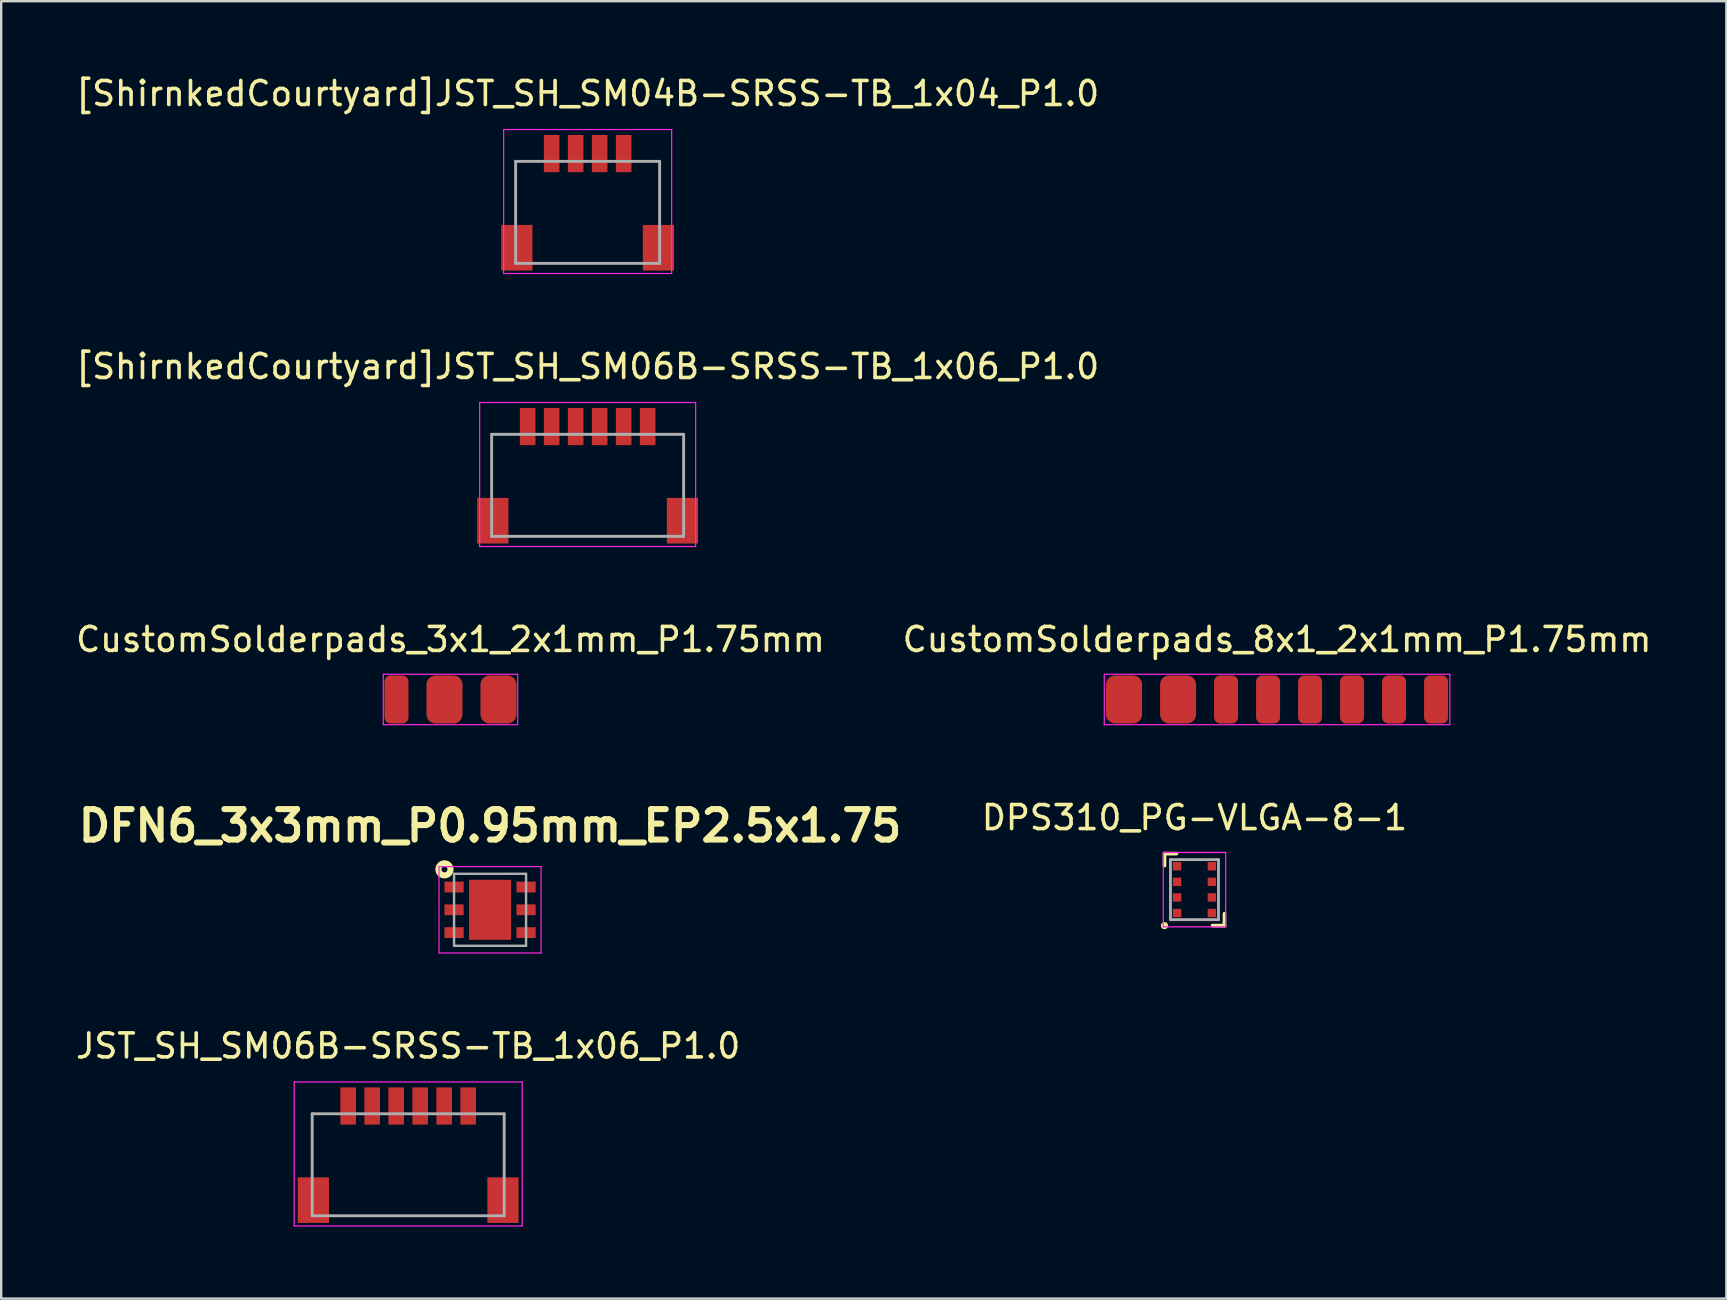
<source format=kicad_pcb>
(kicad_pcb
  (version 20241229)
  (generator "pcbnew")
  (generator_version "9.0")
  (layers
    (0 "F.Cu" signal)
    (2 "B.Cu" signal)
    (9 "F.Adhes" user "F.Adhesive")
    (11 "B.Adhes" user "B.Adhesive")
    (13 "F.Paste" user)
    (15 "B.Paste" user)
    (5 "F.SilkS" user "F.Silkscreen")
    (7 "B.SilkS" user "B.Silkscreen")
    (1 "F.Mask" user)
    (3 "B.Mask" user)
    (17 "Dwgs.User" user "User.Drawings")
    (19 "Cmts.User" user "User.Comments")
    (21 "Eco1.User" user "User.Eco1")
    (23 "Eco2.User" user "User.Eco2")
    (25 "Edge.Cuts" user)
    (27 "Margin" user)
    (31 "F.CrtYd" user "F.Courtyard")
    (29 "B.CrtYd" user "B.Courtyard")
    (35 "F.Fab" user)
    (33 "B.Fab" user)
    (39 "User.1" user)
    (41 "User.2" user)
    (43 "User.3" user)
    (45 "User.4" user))
  (footprint "DPS310_PG-VLGA-8-1"
    (layer "F.Cu")
    (at 46.72 34.018)
    (property "Reference" "DPS310_PG-VLGA-8-1" (at 0 -3 0) (layer "F.SilkS") (effects (font (size 1 1) (thickness 0.15))))
    (attr smd)
    (fp_line (start -1.25 -1.5) (end -1.25 -1) (stroke (width 0.15) (type solid)) (layer "F.SilkS"))
    (fp_line (start -1.25 -1.5) (end -0.75 -1.5) (stroke (width 0.15) (type solid)) (layer "F.SilkS"))
    (fp_line (start 1.25 1.5) (end 0.75 1.5) (stroke (width 0.15) (type solid)) (layer "F.SilkS"))
    (fp_line (start 1.25 1.5) (end 1.25 1) (stroke (width 0.15) (type solid)) (layer "F.SilkS"))
    (fp_circle (center -1.25 1.5) (end -1.25 1.5) (stroke (width 0.15) (type solid)) (fill no) (layer "F.SilkS"))
    (fp_line (start -1.3 -1.55) (end -1.3 1.55) (stroke (width 0.05) (type solid)) (layer "F.CrtYd"))
    (fp_line (start -1.3 1.55) (end 1.3 1.55) (stroke (width 0.05) (type solid)) (layer "F.CrtYd"))
    (fp_line (start 1.3 -1.55) (end -1.3 -1.55) (stroke (width 0.05) (type solid)) (layer "F.CrtYd"))
    (fp_line (start 1.3 1.55) (end 1.3 -1.55) (stroke (width 0.05) (type solid)) (layer "F.CrtYd"))
    (fp_line (start -1 -1.25) (end 1 -1.25) (stroke (width 0.12) (type solid)) (layer "F.Fab"))
    (fp_line (start -1 1.25) (end -1 -1.25) (stroke (width 0.12) (type solid)) (layer "F.Fab"))
    (fp_line (start 1 -1.25) (end 1 1.25) (stroke (width 0.12) (type solid)) (layer "F.Fab"))
    (fp_line (start 1 1.25) (end -1 1.25) (stroke (width 0.12) (type solid)) (layer "F.Fab"))
    (pad "1" smd rect (at -0.725 0.975 90) (size 0.35 0.35) (layers "F.Cu" "F.Mask" "F.Paste"))
    (pad "2" smd rect (at -0.725 0.325 90) (size 0.35 0.35) (layers "F.Cu" "F.Mask" "F.Paste"))
    (pad "3" smd rect (at -0.725 -0.325 90) (size 0.35 0.35) (layers "F.Cu" "F.Mask" "F.Paste"))
    (pad "4" smd rect (at -0.725 -0.975 90) (size 0.35 0.35) (layers "F.Cu" "F.Mask" "F.Paste"))
    (pad "5" smd rect (at 0.725 -0.975 90) (size 0.35 0.35) (layers "F.Cu" "F.Mask" "F.Paste"))
    (pad "6" smd rect (at 0.725 -0.325 90) (size 0.35 0.35) (layers "F.Cu" "F.Mask" "F.Paste"))
    (pad "7" smd rect (at 0.725 0.325 90) (size 0.35 0.35) (layers "F.Cu" "F.Mask" "F.Paste"))
    (pad "8" smd rect (at 0.725 0.975 90) (size 0.35 0.35) (layers "F.Cu" "F.Mask" "F.Paste")))
  (footprint "[ShirnkedCourtyard]JST_SH_SM04B-SRSS-TB_1x04_P1.0"
    (layer "F.Cu")
    (at 21.435 3.348)
    (property "Reference" "[ShirnkedCourtyard]JST_SH_SM04B-SRSS-TB_1x04_P1.0" (at 0 -2.5 0) (layer "F.SilkS") (effects (font (size 1 1) (thickness 0.15))))
    (attr through_hole)
    (fp_line (start -3.5 -1) (end -3.5 5) (stroke (width 0.05) (type solid)) (layer "F.CrtYd"))
    (fp_line (start -3.5 5) (end 3.5 5) (stroke (width 0.05) (type solid)) (layer "F.CrtYd"))
    (fp_line (start 3.5 -1) (end -3.5 -1) (stroke (width 0.05) (type solid)) (layer "F.CrtYd"))
    (fp_line (start 3.5 5) (end 3.5 -1) (stroke (width 0.05) (type solid)) (layer "F.CrtYd"))
    (fp_line (start -3 0.325) (end 3 0.325) (stroke (width 0.12) (type solid)) (layer "F.Fab"))
    (fp_line (start -3 4.575) (end -3 0.325) (stroke (width 0.12) (type solid)) (layer "F.Fab"))
    (fp_line (start 3 4.575) (end -3 4.575) (stroke (width 0.12) (type solid)) (layer "F.Fab"))
    (fp_line (start 3 4.575) (end 3 0.325) (stroke (width 0.12) (type solid)) (layer "F.Fab"))
    (pad "" smd rect (at -2.95 3.925) (size 1.3 1.9) (layers "F.Cu" "F.Mask" "F.Paste"))
    (pad "" smd rect (at 2.95 3.925) (size 1.3 1.9) (layers "F.Cu" "F.Mask" "F.Paste"))
    (pad "1" smd rect (at -1.5 0) (size 0.65 1.55) (layers "F.Cu" "F.Mask" "F.Paste"))
    (pad "2" smd rect (at -0.5 0) (size 0.65 1.55) (layers "F.Cu" "F.Mask" "F.Paste"))
    (pad "3" smd rect (at 0.5 0) (size 0.65 1.55) (layers "F.Cu" "F.Mask" "F.Paste"))
    (pad "4" smd rect (at 1.5 0) (size 0.65 1.55) (layers "F.Cu" "F.Mask" "F.Paste")))
  (footprint "[ShirnkedCourtyard]JST_SH_SM06B-SRSS-TB_1x06_P1.0"
    (layer "F.Cu")
    (at 21.435 14.722)
    (property "Reference" "[ShirnkedCourtyard]JST_SH_SM06B-SRSS-TB_1x06_P1.0" (at 0 -2.5 0) (layer "F.SilkS") (effects (font (size 1 1) (thickness 0.15))))
    (attr through_hole)
    (fp_line (start -4.5 -1) (end -4.5 5) (stroke (width 0.05) (type solid)) (layer "F.CrtYd"))
    (fp_line (start -4.5 5) (end 4.5 5) (stroke (width 0.05) (type solid)) (layer "F.CrtYd"))
    (fp_line (start 4.5 -1) (end -4.5 -1) (stroke (width 0.05) (type solid)) (layer "F.CrtYd"))
    (fp_line (start 4.5 5) (end 4.5 -1) (stroke (width 0.05) (type solid)) (layer "F.CrtYd"))
    (fp_line (start -4 0.325) (end 4 0.325) (stroke (width 0.12) (type solid)) (layer "F.Fab"))
    (fp_line (start -4 4.575) (end -4 0.325) (stroke (width 0.12) (type solid)) (layer "F.Fab"))
    (fp_line (start 4 4.575) (end -4 4.575) (stroke (width 0.12) (type solid)) (layer "F.Fab"))
    (fp_line (start 4 4.575) (end 4 0.325) (stroke (width 0.12) (type solid)) (layer "F.Fab"))
    (pad "" smd rect (at -3.95 3.925) (size 1.3 1.9) (layers "F.Cu" "F.Mask" "F.Paste"))
    (pad "" smd rect (at 3.95 3.925) (size 1.3 1.9) (layers "F.Cu" "F.Mask" "F.Paste"))
    (pad "1" smd rect (at -2.5 0) (size 0.65 1.55) (layers "F.Cu" "F.Mask" "F.Paste"))
    (pad "2" smd rect (at -1.5 0) (size 0.65 1.55) (layers "F.Cu" "F.Mask" "F.Paste"))
    (pad "3" smd rect (at -0.5 0) (size 0.65 1.55) (layers "F.Cu" "F.Mask" "F.Paste"))
    (pad "4" smd rect (at 0.5 0) (size 0.65 1.55) (layers "F.Cu" "F.Mask" "F.Paste"))
    (pad "5" smd rect (at 1.5 0) (size 0.65 1.55) (layers "F.Cu" "F.Mask" "F.Paste"))
    (pad "6" smd rect (at 2.5 0) (size 0.65 1.55) (layers "F.Cu" "F.Mask" "F.Paste")))
  (footprint "CustomSolderpads_8x1_2x1mm_P1.75mm"
    (layer "F.Cu")
    (at 50.161 26.095)
    (property "Reference" "CustomSolderpads_8x1_2x1mm_P1.75mm" (at 0 -2.5 0) (layer "F.SilkS") (effects (font (size 1 1) (thickness 0.15))))
    (attr smd)
    (fp_line (start -7.2 -1.05) (end -7.2 1.05) (stroke (width 0.05) (type solid)) (layer "F.CrtYd"))
    (fp_line (start -7.2 -1.05) (end 7.2 -1.05) (stroke (width 0.05) (type solid)) (layer "F.CrtYd"))
    (fp_line (start -7.2 1.05) (end 7.2 1.05) (stroke (width 0.05) (type solid)) (layer "F.CrtYd"))
    (fp_line (start 7.2 -1.05) (end 7.2 1.05) (stroke (width 0.05) (type solid)) (layer "F.CrtYd"))
    (pad "1" connect roundrect (at -6.375 0) (size 1.5 2) (layers "F.Cu" "F.Mask") (roundrect_rratio 0.25))
    (pad "2" connect roundrect (at -4.125 0) (size 1.5 2) (layers "F.Cu" "F.Mask") (roundrect_rratio 0.25))
    (pad "3" connect roundrect (at -2.125 0) (size 1 2) (layers "F.Cu" "F.Mask") (roundrect_rratio 0.25))
    (pad "4" connect roundrect (at -0.375 0) (size 1 2) (layers "F.Cu" "F.Mask") (roundrect_rratio 0.25))
    (pad "5" connect roundrect (at 1.375 0) (size 1 2) (layers "F.Cu" "F.Mask") (roundrect_rratio 0.25))
    (pad "6" connect roundrect (at 3.125 0) (size 1 2) (layers "F.Cu" "F.Mask") (roundrect_rratio 0.25))
    (pad "7" connect roundrect (at 4.875 0) (size 1 2) (layers "F.Cu" "F.Mask") (roundrect_rratio 0.25))
    (pad "8" connect roundrect (at 6.625 0) (size 1 2) (layers "F.Cu" "F.Mask") (roundrect_rratio 0.25)))
  (footprint "CustomSolderpads_3x1_2x1mm_P1.75mm"
    (layer "F.Cu")
    (at 15.72 26.095)
    (property "Reference" "CustomSolderpads_3x1_2x1mm_P1.75mm" (at 0 -2.5 0) (layer "F.SilkS") (effects (font (size 1 1) (thickness 0.15))))
    (attr smd)
    (fp_line (start -2.8 -1.05) (end -2.8 1.05) (stroke (width 0.05) (type solid)) (layer "F.CrtYd"))
    (fp_line (start -2.8 -1.05) (end 2.8 -1.05) (stroke (width 0.05) (type solid)) (layer "F.CrtYd"))
    (fp_line (start -2.8 1.05) (end 2.8 1.05) (stroke (width 0.05) (type solid)) (layer "F.CrtYd"))
    (fp_line (start 2.8 -1.05) (end 2.8 1.05) (stroke (width 0.05) (type solid)) (layer "F.CrtYd"))
    (pad "1" connect roundrect (at -2.25 0) (size 1 2) (layers "F.Cu" "F.Mask") (roundrect_rratio 0.25))
    (pad "2" connect roundrect (at -0.25 0) (size 1.5 2) (layers "F.Cu" "F.Mask") (roundrect_rratio 0.25))
    (pad "3" connect roundrect (at 2 0) (size 1.5 2) (layers "F.Cu" "F.Mask") (roundrect_rratio 0.25)))
  (footprint "JST_SH_SM06B-SRSS-TB_1x06_P1.0"
    (layer "F.Cu")
    (at 13.958 43.032)
    (property "Reference" "JST_SH_SM06B-SRSS-TB_1x06_P1.0" (at 0 -2.5 0) (layer "F.SilkS") (effects (font (size 1 1) (thickness 0.15))))
    (attr smd)
    (fp_line (start -4.75 -1) (end -4.75 5) (stroke (width 0.05) (type solid)) (layer "F.CrtYd"))
    (fp_line (start -4.75 5) (end 4.75 5) (stroke (width 0.05) (type solid)) (layer "F.CrtYd"))
    (fp_line (start 4.75 -1) (end -4.75 -1) (stroke (width 0.05) (type solid)) (layer "F.CrtYd"))
    (fp_line (start 4.75 5) (end 4.75 -1) (stroke (width 0.05) (type solid)) (layer "F.CrtYd"))
    (fp_line (start -4 0.325) (end 4 0.325) (stroke (width 0.12) (type solid)) (layer "F.Fab"))
    (fp_line (start -4 4.575) (end -4 0.325) (stroke (width 0.12) (type solid)) (layer "F.Fab"))
    (fp_line (start 4 4.575) (end -4 4.575) (stroke (width 0.12) (type solid)) (layer "F.Fab"))
    (fp_line (start 4 4.575) (end 4 0.325) (stroke (width 0.12) (type solid)) (layer "F.Fab"))
    (pad "" smd rect (at -3.95 3.925) (size 1.3 1.9) (layers "F.Cu" "F.Mask" "F.Paste"))
    (pad "" smd rect (at 3.95 3.925) (size 1.3 1.9) (layers "F.Cu" "F.Mask" "F.Paste"))
    (pad "1" smd rect (at -2.5 0) (size 0.65 1.55) (layers "F.Cu" "F.Mask" "F.Paste"))
    (pad "2" smd rect (at -1.5 0) (size 0.65 1.55) (layers "F.Cu" "F.Mask" "F.Paste"))
    (pad "3" smd rect (at -0.5 0) (size 0.65 1.55) (layers "F.Cu" "F.Mask" "F.Paste"))
    (pad "4" smd rect (at 0.5 0) (size 0.65 1.55) (layers "F.Cu" "F.Mask" "F.Paste"))
    (pad "5" smd rect (at 1.5 0) (size 0.65 1.55) (layers "F.Cu" "F.Mask" "F.Paste"))
    (pad "6" smd rect (at 2.5 0) (size 0.65 1.55) (layers "F.Cu" "F.Mask" "F.Paste")))
  (footprint "DFN6_3x3mm_P0.95mm_EP2.5x1.75"
    (layer "F.Cu")
    (at 17.369 34.858)
    (property "Reference" "DFN6_3x3mm_P0.95mm_EP2.5x1.75" (at 0 -3.5 0) (layer "F.SilkS") (effects (font (size 1.27 1.27) (thickness 0.254))))
    (attr smd)
    (fp_circle (center -1.9 -1.685) (end -1.775 -1.685) (stroke (width 0.254) (type solid)) (fill no) (layer "F.SilkS"))
    (fp_line (start -2.125 -1.8) (end 2.125 -1.8) (stroke (width 0.05) (type solid)) (layer "F.CrtYd"))
    (fp_line (start -2.125 1.8) (end -2.125 -1.8) (stroke (width 0.05) (type solid)) (layer "F.CrtYd"))
    (fp_line (start 2.125 -1.8) (end 2.125 1.8) (stroke (width 0.05) (type solid)) (layer "F.CrtYd"))
    (fp_line (start 2.125 1.8) (end -2.125 1.8) (stroke (width 0.05) (type solid)) (layer "F.CrtYd"))
    (fp_line (start -1.5 -1.5) (end 1.5 -1.5) (stroke (width 0.1) (type solid)) (layer "F.Fab"))
    (fp_line (start -1.5 1.5) (end -1.5 -1.5) (stroke (width 0.1) (type solid)) (layer "F.Fab"))
    (fp_line (start 1.5 -1.5) (end 1.5 1.5) (stroke (width 0.1) (type solid)) (layer "F.Fab"))
    (fp_line (start 1.5 1.5) (end -1.5 1.5) (stroke (width 0.1) (type solid)) (layer "F.Fab"))
    (pad "1" smd rect (at -1.5 -0.95 90) (size 0.45 0.8) (layers "F.Cu" "F.Mask" "F.Paste"))
    (pad "2" smd rect (at -1.5 0 90) (size 0.45 0.8) (layers "F.Cu" "F.Mask" "F.Paste"))
    (pad "3" smd rect (at -1.5 0.95 90) (size 0.45 0.8) (layers "F.Cu" "F.Mask" "F.Paste"))
    (pad "4" smd rect (at 1.5 0.95 90) (size 0.45 0.8) (layers "F.Cu" "F.Mask" "F.Paste"))
    (pad "5" smd rect (at 1.5 0 90) (size 0.45 0.8) (layers "F.Cu" "F.Mask" "F.Paste"))
    (pad "6" smd rect (at 1.5 -0.95 90) (size 0.45 0.8) (layers "F.Cu" "F.Mask" "F.Paste"))
    (pad "7" smd rect (at 0 0) (size 1.75 2.5) (layers "F.Cu" "F.Mask" "F.Paste")))
  (gr_rect
    (start -3 -3)
    (end 68.881 51.057)
    (stroke (width 0.1) (type default))
    (fill no)
    (layer "Edge.Cuts")))
</source>
